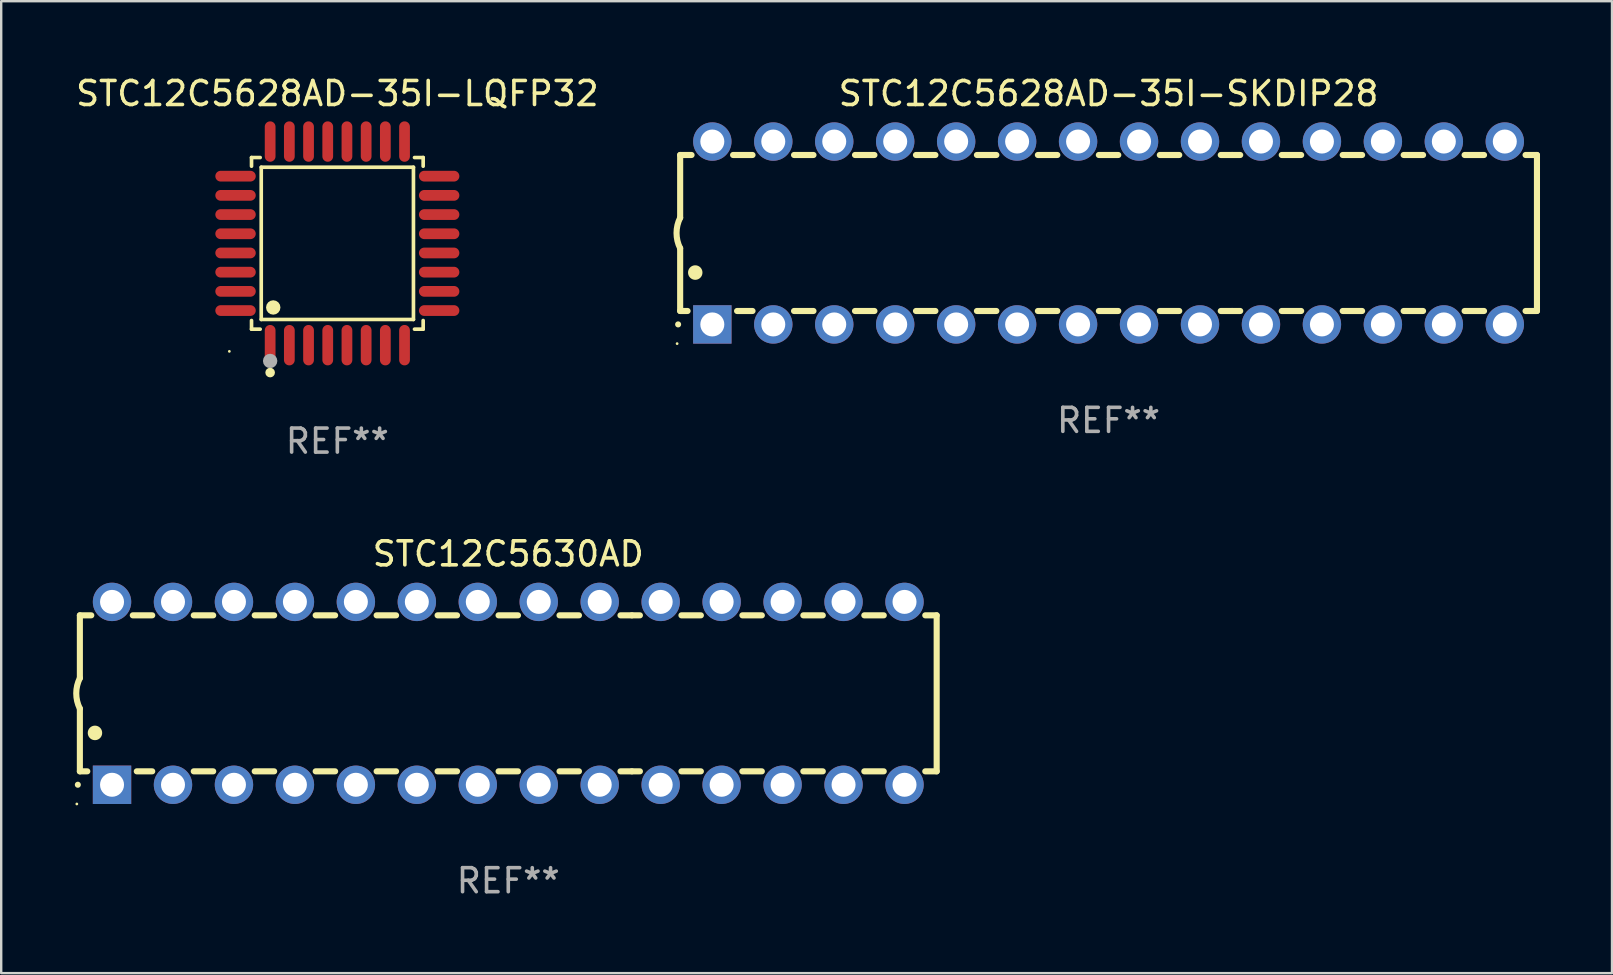
<source format=kicad_pcb>
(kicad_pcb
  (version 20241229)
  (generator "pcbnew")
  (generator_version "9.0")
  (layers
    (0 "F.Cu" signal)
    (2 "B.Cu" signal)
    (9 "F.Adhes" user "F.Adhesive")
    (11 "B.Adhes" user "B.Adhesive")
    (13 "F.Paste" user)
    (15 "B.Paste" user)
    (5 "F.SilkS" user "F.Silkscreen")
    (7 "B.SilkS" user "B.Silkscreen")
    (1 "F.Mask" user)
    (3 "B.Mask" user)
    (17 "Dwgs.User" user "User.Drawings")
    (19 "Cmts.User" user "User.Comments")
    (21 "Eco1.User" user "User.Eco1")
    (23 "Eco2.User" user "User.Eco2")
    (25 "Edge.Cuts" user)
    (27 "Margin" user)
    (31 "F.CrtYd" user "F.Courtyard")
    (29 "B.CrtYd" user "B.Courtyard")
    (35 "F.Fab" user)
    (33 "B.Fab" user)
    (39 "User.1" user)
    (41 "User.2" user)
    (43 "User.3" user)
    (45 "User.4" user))
  (footprint "STC12C5628AD-35I-LQFP32"
    (layer "F.Cu")
    (at 11.006 7.09)
    (property "Reference" "STC12C5628AD-35I-LQFP32" (at 0 -6.242 0) (layer "F.SilkS") (effects (font (size 1 1) (thickness 0.15))))
    (attr through_hole)
    (fp_line (start -3.576 -3.576) (end -3.215 -3.576) (stroke (width 0.152) (type solid)) (layer "F.SilkS"))
    (fp_line (start -3.576 -3.215) (end -3.576 -3.576) (stroke (width 0.152) (type solid)) (layer "F.SilkS"))
    (fp_line (start -3.576 3.215) (end -3.576 3.576) (stroke (width 0.152) (type solid)) (layer "F.SilkS"))
    (fp_line (start -3.576 3.576) (end -3.215 3.576) (stroke (width 0.152) (type solid)) (layer "F.SilkS"))
    (fp_line (start -3.171 -3.171) (end 3.171 -3.171) (stroke (width 0.152) (type solid)) (layer "F.SilkS"))
    (fp_line (start -3.171 3.171) (end -3.171 -3.171) (stroke (width 0.152) (type solid)) (layer "F.SilkS"))
    (fp_line (start 3.171 -3.171) (end 3.171 3.171) (stroke (width 0.152) (type solid)) (layer "F.SilkS"))
    (fp_line (start 3.171 3.171) (end -3.171 3.171) (stroke (width 0.152) (type solid)) (layer "F.SilkS"))
    (fp_line (start 3.576 -3.576) (end 3.215 -3.576) (stroke (width 0.152) (type solid)) (layer "F.SilkS"))
    (fp_line (start 3.576 -3.215) (end 3.576 -3.576) (stroke (width 0.152) (type solid)) (layer "F.SilkS"))
    (fp_line (start 3.576 3.215) (end 3.576 3.576) (stroke (width 0.152) (type solid)) (layer "F.SilkS"))
    (fp_line (start 3.576 3.576) (end 3.215 3.576) (stroke (width 0.152) (type solid)) (layer "F.SilkS"))
    (fp_circle (center -4.5 4.5) (end -4.47 4.5) (stroke (width 0.06) (type solid)) (fill no) (layer "F.SilkS"))
    (fp_circle (center -2.8 5.384) (end -2.7 5.384) (stroke (width 0.2) (type solid)) (fill no) (layer "F.SilkS"))
    (fp_circle (center -2.671 2.671) (end -2.521 2.671) (stroke (width 0.3) (type solid)) (fill no) (layer "F.SilkS"))
    (fp_circle (center -2.8 4.9) (end -2.65 4.9) (stroke (width 0.3) (type solid)) (fill no) (layer "F.Fab"))
    (fp_text user "REF**" (at 0 8.242 0) (layer "F.Fab") (effects (font (size 1 1) (thickness 0.15))))
    (pad "1" smd oval (at -2.8 4.242) (size 0.448 1.684) (layers "F.Cu" "F.Mask" "F.Paste"))
    (pad "2" smd oval (at -2 4.242) (size 0.448 1.684) (layers "F.Cu" "F.Mask" "F.Paste"))
    (pad "3" smd oval (at -1.2 4.242) (size 0.448 1.684) (layers "F.Cu" "F.Mask" "F.Paste"))
    (pad "4" smd oval (at -0.4 4.242) (size 0.448 1.684) (layers "F.Cu" "F.Mask" "F.Paste"))
    (pad "5" smd oval (at 0.4 4.242) (size 0.448 1.684) (layers "F.Cu" "F.Mask" "F.Paste"))
    (pad "6" smd oval (at 1.2 4.242) (size 0.448 1.684) (layers "F.Cu" "F.Mask" "F.Paste"))
    (pad "7" smd oval (at 2 4.242) (size 0.448 1.684) (layers "F.Cu" "F.Mask" "F.Paste"))
    (pad "8" smd oval (at 2.8 4.242) (size 0.448 1.684) (layers "F.Cu" "F.Mask" "F.Paste"))
    (pad "9" smd oval (at 4.242 2.8) (size 1.684 0.448) (layers "F.Cu" "F.Mask" "F.Paste"))
    (pad "10" smd oval (at 4.242 2) (size 1.684 0.448) (layers "F.Cu" "F.Mask" "F.Paste"))
    (pad "11" smd oval (at 4.242 1.2) (size 1.684 0.448) (layers "F.Cu" "F.Mask" "F.Paste"))
    (pad "12" smd oval (at 4.242 0.4) (size 1.684 0.448) (layers "F.Cu" "F.Mask" "F.Paste"))
    (pad "13" smd oval (at 4.242 -0.4) (size 1.684 0.448) (layers "F.Cu" "F.Mask" "F.Paste"))
    (pad "14" smd oval (at 4.242 -1.2) (size 1.684 0.448) (layers "F.Cu" "F.Mask" "F.Paste"))
    (pad "15" smd oval (at 4.242 -2) (size 1.684 0.448) (layers "F.Cu" "F.Mask" "F.Paste"))
    (pad "16" smd oval (at 4.242 -2.8) (size 1.684 0.448) (layers "F.Cu" "F.Mask" "F.Paste"))
    (pad "17" smd oval (at 2.8 -4.242) (size 0.448 1.684) (layers "F.Cu" "F.Mask" "F.Paste"))
    (pad "18" smd oval (at 2 -4.242) (size 0.448 1.684) (layers "F.Cu" "F.Mask" "F.Paste"))
    (pad "19" smd oval (at 1.2 -4.242) (size 0.448 1.684) (layers "F.Cu" "F.Mask" "F.Paste"))
    (pad "20" smd oval (at 0.4 -4.242) (size 0.448 1.684) (layers "F.Cu" "F.Mask" "F.Paste"))
    (pad "21" smd oval (at -0.4 -4.242) (size 0.448 1.684) (layers "F.Cu" "F.Mask" "F.Paste"))
    (pad "22" smd oval (at -1.2 -4.242) (size 0.448 1.684) (layers "F.Cu" "F.Mask" "F.Paste"))
    (pad "23" smd oval (at -2 -4.242) (size 0.448 1.684) (layers "F.Cu" "F.Mask" "F.Paste"))
    (pad "24" smd oval (at -2.8 -4.242) (size 0.448 1.684) (layers "F.Cu" "F.Mask" "F.Paste"))
    (pad "25" smd oval (at -4.242 -2.8) (size 1.684 0.448) (layers "F.Cu" "F.Mask" "F.Paste"))
    (pad "26" smd oval (at -4.242 -2) (size 1.684 0.448) (layers "F.Cu" "F.Mask" "F.Paste"))
    (pad "27" smd oval (at -4.242 -1.2) (size 1.684 0.448) (layers "F.Cu" "F.Mask" "F.Paste"))
    (pad "28" smd oval (at -4.242 -0.4) (size 1.684 0.448) (layers "F.Cu" "F.Mask" "F.Paste"))
    (pad "29" smd oval (at -4.242 0.4) (size 1.684 0.448) (layers "F.Cu" "F.Mask" "F.Paste"))
    (pad "30" smd oval (at -4.242 1.2) (size 1.684 0.448) (layers "F.Cu" "F.Mask" "F.Paste"))
    (pad "31" smd oval (at -4.242 2) (size 1.684 0.448) (layers "F.Cu" "F.Mask" "F.Paste"))
    (pad "32" smd oval (at -4.242 2.8) (size 1.684 0.448) (layers "F.Cu" "F.Mask" "F.Paste")))
  (footprint "STC12C5630AD"
    (layer "F.Cu")
    (at 18.128 25.839)
    (property "Reference" "STC12C5630AD" (at 0 -5.81 0) (layer "F.SilkS") (effects (font (size 1 1) (thickness 0.15))))
    (attr through_hole)
    (fp_line (start -17.85 -3.25) (end -17.85 -0.635) (stroke (width 0.254) (type solid)) (layer "F.SilkS"))
    (fp_line (start -17.85 3.25) (end -17.85 0.635) (stroke (width 0.254) (type solid)) (layer "F.SilkS"))
    (fp_line (start -17.85 3.25) (end -17.541 3.25) (stroke (width 0.254) (type solid)) (layer "F.SilkS"))
    (fp_line (start -17.375 -3.25) (end -17.85 -3.25) (stroke (width 0.254) (type solid)) (layer "F.SilkS"))
    (fp_line (start -15.479 3.25) (end -14.835 3.25) (stroke (width 0.254) (type solid)) (layer "F.SilkS"))
    (fp_line (start -14.835 -3.25) (end -15.645 -3.25) (stroke (width 0.254) (type solid)) (layer "F.SilkS"))
    (fp_line (start -13.105 3.25) (end -12.295 3.25) (stroke (width 0.254) (type solid)) (layer "F.SilkS"))
    (fp_line (start -12.295 -3.25) (end -13.105 -3.25) (stroke (width 0.254) (type solid)) (layer "F.SilkS"))
    (fp_line (start -10.565 3.25) (end -9.755 3.25) (stroke (width 0.254) (type solid)) (layer "F.SilkS"))
    (fp_line (start -9.755 -3.25) (end -10.565 -3.25) (stroke (width 0.254) (type solid)) (layer "F.SilkS"))
    (fp_line (start -8.025 3.25) (end -7.215 3.25) (stroke (width 0.254) (type solid)) (layer "F.SilkS"))
    (fp_line (start -7.215 -3.25) (end -8.025 -3.25) (stroke (width 0.254) (type solid)) (layer "F.SilkS"))
    (fp_line (start -5.485 3.25) (end -4.675 3.25) (stroke (width 0.254) (type solid)) (layer "F.SilkS"))
    (fp_line (start -4.675 -3.25) (end -5.485 -3.25) (stroke (width 0.254) (type solid)) (layer "F.SilkS"))
    (fp_line (start -2.945 3.25) (end -2.135 3.25) (stroke (width 0.254) (type solid)) (layer "F.SilkS"))
    (fp_line (start -2.135 -3.25) (end -2.945 -3.25) (stroke (width 0.254) (type solid)) (layer "F.SilkS"))
    (fp_line (start -0.405 3.25) (end 0.405 3.25) (stroke (width 0.254) (type solid)) (layer "F.SilkS"))
    (fp_line (start 0.405 -3.25) (end -0.405 -3.25) (stroke (width 0.254) (type solid)) (layer "F.SilkS"))
    (fp_line (start 2.135 3.25) (end 2.945 3.25) (stroke (width 0.254) (type solid)) (layer "F.SilkS"))
    (fp_line (start 2.945 -3.25) (end 2.135 -3.25) (stroke (width 0.254) (type solid)) (layer "F.SilkS"))
    (fp_line (start 4.675 3.25) (end 5.15 3.25) (stroke (width 0.254) (type solid)) (layer "F.SilkS"))
    (fp_line (start 5.15 -3.25) (end 4.675 -3.25) (stroke (width 0.254) (type solid)) (layer "F.SilkS"))
    (fp_line (start 5.15 -3.25) (end 5.485 -3.25) (stroke (width 0.254) (type solid)) (layer "F.SilkS"))
    (fp_line (start 5.15 3.25) (end 5.485 3.25) (stroke (width 0.254) (type solid)) (layer "F.SilkS"))
    (fp_line (start 7.215 -3.25) (end 8.025 -3.25) (stroke (width 0.254) (type solid)) (layer "F.SilkS"))
    (fp_line (start 7.215 3.25) (end 8.025 3.25) (stroke (width 0.254) (type solid)) (layer "F.SilkS"))
    (fp_line (start 9.755 -3.25) (end 10.565 -3.25) (stroke (width 0.254) (type solid)) (layer "F.SilkS"))
    (fp_line (start 9.755 3.25) (end 10.565 3.25) (stroke (width 0.254) (type solid)) (layer "F.SilkS"))
    (fp_line (start 12.295 -3.25) (end 13.105 -3.25) (stroke (width 0.254) (type solid)) (layer "F.SilkS"))
    (fp_line (start 12.295 3.25) (end 13.105 3.25) (stroke (width 0.254) (type solid)) (layer "F.SilkS"))
    (fp_line (start 14.835 -3.25) (end 15.645 -3.25) (stroke (width 0.254) (type solid)) (layer "F.SilkS"))
    (fp_line (start 14.835 3.25) (end 15.645 3.25) (stroke (width 0.254) (type solid)) (layer "F.SilkS"))
    (fp_line (start 17.375 -3.25) (end 17.85 -3.25) (stroke (width 0.254) (type solid)) (layer "F.SilkS"))
    (fp_line (start 17.375 3.25) (end 17.85 3.25) (stroke (width 0.254) (type solid)) (layer "F.SilkS"))
    (fp_line (start 17.85 -3.25) (end 17.85 3.25) (stroke (width 0.254) (type solid)) (layer "F.SilkS"))
    (fp_arc (start -17.934976 3.810008) (mid -17.934983 3.808738) (end -17.934976 3.807468) (stroke (width 0.25) (type solid)) (layer "F.SilkS"))
    (fp_arc (start -17.851155 0.635002) (mid -18.000677 -0.000132) (end -17.850038 -0.635001) (stroke (width 0.254001) (type solid)) (layer "F.SilkS"))
    (fp_arc (start -17.221234 1.651003) (mid -17.221245 1.648463) (end -17.221234 1.645923) (stroke (width 0.6) (type solid)) (layer "F.SilkS"))
    (fp_circle (center -17.977 4.61) (end -17.947 4.61) (stroke (width 0.06) (type solid)) (fill no) (layer "F.SilkS"))
    (fp_text user "REF**" (at 0 7.81 0) (layer "F.Fab") (effects (font (size 1 1) (thickness 0.15))))
    (pad "1" thru_hole rect (at -16.51 3.81 90) (size 1.6 1.6) (drill 1) (layers "*.Cu" "*.Mask"))
    (pad "2" thru_hole circle (at -13.97 3.81 90) (size 1.6 1.6) (drill 1) (layers "*.Cu" "*.Mask"))
    (pad "3" thru_hole circle (at -11.43 3.81 90) (size 1.6 1.6) (drill 1) (layers "*.Cu" "*.Mask"))
    (pad "4" thru_hole circle (at -8.89 3.81 90) (size 1.6 1.6) (drill 1) (layers "*.Cu" "*.Mask"))
    (pad "5" thru_hole circle (at -6.35 3.81 90) (size 1.6 1.6) (drill 1) (layers "*.Cu" "*.Mask"))
    (pad "6" thru_hole circle (at -3.81 3.81 90) (size 1.6 1.6) (drill 1) (layers "*.Cu" "*.Mask"))
    (pad "7" thru_hole circle (at -1.27 3.81 90) (size 1.6 1.6) (drill 1) (layers "*.Cu" "*.Mask"))
    (pad "8" thru_hole circle (at 1.27 3.81 90) (size 1.6 1.6) (drill 1) (layers "*.Cu" "*.Mask"))
    (pad "9" thru_hole circle (at 3.81 3.81 90) (size 1.6 1.6) (drill 1) (layers "*.Cu" "*.Mask"))
    (pad "10" thru_hole circle (at 6.35 3.81 90) (size 1.6 1.6) (drill 1) (layers "*.Cu" "*.Mask"))
    (pad "11" thru_hole circle (at 8.89 3.81 90) (size 1.6 1.6) (drill 1) (layers "*.Cu" "*.Mask"))
    (pad "12" thru_hole circle (at 11.43 3.81 90) (size 1.6 1.6) (drill 1) (layers "*.Cu" "*.Mask"))
    (pad "13" thru_hole circle (at 13.97 3.81 90) (size 1.6 1.6) (drill 1) (layers "*.Cu" "*.Mask"))
    (pad "14" thru_hole circle (at 16.51 3.81 90) (size 1.6 1.6) (drill 1) (layers "*.Cu" "*.Mask"))
    (pad "15" thru_hole circle (at 16.51 -3.81 90) (size 1.6 1.6) (drill 1) (layers "*.Cu" "*.Mask"))
    (pad "16" thru_hole circle (at 13.97 -3.81 90) (size 1.6 1.6) (drill 1) (layers "*.Cu" "*.Mask"))
    (pad "17" thru_hole circle (at 11.43 -3.81 90) (size 1.6 1.6) (drill 1) (layers "*.Cu" "*.Mask"))
    (pad "18" thru_hole circle (at 8.89 -3.81 90) (size 1.6 1.6) (drill 1) (layers "*.Cu" "*.Mask"))
    (pad "19" thru_hole circle (at 6.35 -3.81 90) (size 1.6 1.6) (drill 1) (layers "*.Cu" "*.Mask"))
    (pad "20" thru_hole circle (at 3.81 -3.81 90) (size 1.6 1.6) (drill 1) (layers "*.Cu" "*.Mask"))
    (pad "21" thru_hole circle (at 1.27 -3.81 90) (size 1.6 1.6) (drill 1) (layers "*.Cu" "*.Mask"))
    (pad "22" thru_hole circle (at -1.27 -3.81 90) (size 1.6 1.6) (drill 1) (layers "*.Cu" "*.Mask"))
    (pad "23" thru_hole circle (at -3.81 -3.81 90) (size 1.6 1.6) (drill 1) (layers "*.Cu" "*.Mask"))
    (pad "24" thru_hole circle (at -6.35 -3.81 90) (size 1.6 1.6) (drill 1) (layers "*.Cu" "*.Mask"))
    (pad "25" thru_hole circle (at -8.89 -3.81 90) (size 1.6 1.6) (drill 1) (layers "*.Cu" "*.Mask"))
    (pad "26" thru_hole circle (at -11.43 -3.81 90) (size 1.6 1.6) (drill 1) (layers "*.Cu" "*.Mask"))
    (pad "27" thru_hole circle (at -13.97 -3.81 90) (size 1.6 1.6) (drill 1) (layers "*.Cu" "*.Mask"))
    (pad "28" thru_hole circle (at -16.51 -3.81 90) (size 1.6 1.6) (drill 1) (layers "*.Cu" "*.Mask")))
  (footprint "STC12C5628AD-35I-SKDIP28"
    (layer "F.Cu")
    (at 43.14 6.658)
    (property "Reference" "STC12C5628AD-35I-SKDIP28" (at 0 -5.81 0) (layer "F.SilkS") (effects (font (size 1 1) (thickness 0.15))))
    (attr through_hole)
    (fp_line (start -17.85 -3.25) (end -17.85 -0.635) (stroke (width 0.254) (type solid)) (layer "F.SilkS"))
    (fp_line (start -17.85 3.25) (end -17.85 0.635) (stroke (width 0.254) (type solid)) (layer "F.SilkS"))
    (fp_line (start -17.85 3.25) (end -17.541 3.25) (stroke (width 0.254) (type solid)) (layer "F.SilkS"))
    (fp_line (start -17.375 -3.25) (end -17.85 -3.25) (stroke (width 0.254) (type solid)) (layer "F.SilkS"))
    (fp_line (start -15.479 3.25) (end -14.835 3.25) (stroke (width 0.254) (type solid)) (layer "F.SilkS"))
    (fp_line (start -14.835 -3.25) (end -15.645 -3.25) (stroke (width 0.254) (type solid)) (layer "F.SilkS"))
    (fp_line (start -13.105 3.25) (end -12.295 3.25) (stroke (width 0.254) (type solid)) (layer "F.SilkS"))
    (fp_line (start -12.295 -3.25) (end -13.105 -3.25) (stroke (width 0.254) (type solid)) (layer "F.SilkS"))
    (fp_line (start -10.565 3.25) (end -9.755 3.25) (stroke (width 0.254) (type solid)) (layer "F.SilkS"))
    (fp_line (start -9.755 -3.25) (end -10.565 -3.25) (stroke (width 0.254) (type solid)) (layer "F.SilkS"))
    (fp_line (start -8.025 3.25) (end -7.215 3.25) (stroke (width 0.254) (type solid)) (layer "F.SilkS"))
    (fp_line (start -7.215 -3.25) (end -8.025 -3.25) (stroke (width 0.254) (type solid)) (layer "F.SilkS"))
    (fp_line (start -5.485 3.25) (end -4.675 3.25) (stroke (width 0.254) (type solid)) (layer "F.SilkS"))
    (fp_line (start -4.675 -3.25) (end -5.485 -3.25) (stroke (width 0.254) (type solid)) (layer "F.SilkS"))
    (fp_line (start -2.945 3.25) (end -2.135 3.25) (stroke (width 0.254) (type solid)) (layer "F.SilkS"))
    (fp_line (start -2.135 -3.25) (end -2.945 -3.25) (stroke (width 0.254) (type solid)) (layer "F.SilkS"))
    (fp_line (start -0.405 3.25) (end 0.405 3.25) (stroke (width 0.254) (type solid)) (layer "F.SilkS"))
    (fp_line (start 0.405 -3.25) (end -0.405 -3.25) (stroke (width 0.254) (type solid)) (layer "F.SilkS"))
    (fp_line (start 2.135 3.25) (end 2.945 3.25) (stroke (width 0.254) (type solid)) (layer "F.SilkS"))
    (fp_line (start 2.945 -3.25) (end 2.135 -3.25) (stroke (width 0.254) (type solid)) (layer "F.SilkS"))
    (fp_line (start 4.675 3.25) (end 5.15 3.25) (stroke (width 0.254) (type solid)) (layer "F.SilkS"))
    (fp_line (start 5.15 -3.25) (end 4.675 -3.25) (stroke (width 0.254) (type solid)) (layer "F.SilkS"))
    (fp_line (start 5.15 -3.25) (end 5.485 -3.25) (stroke (width 0.254) (type solid)) (layer "F.SilkS"))
    (fp_line (start 5.15 3.25) (end 5.485 3.25) (stroke (width 0.254) (type solid)) (layer "F.SilkS"))
    (fp_line (start 7.215 -3.25) (end 8.025 -3.25) (stroke (width 0.254) (type solid)) (layer "F.SilkS"))
    (fp_line (start 7.215 3.25) (end 8.025 3.25) (stroke (width 0.254) (type solid)) (layer "F.SilkS"))
    (fp_line (start 9.755 -3.25) (end 10.565 -3.25) (stroke (width 0.254) (type solid)) (layer "F.SilkS"))
    (fp_line (start 9.755 3.25) (end 10.565 3.25) (stroke (width 0.254) (type solid)) (layer "F.SilkS"))
    (fp_line (start 12.295 -3.25) (end 13.105 -3.25) (stroke (width 0.254) (type solid)) (layer "F.SilkS"))
    (fp_line (start 12.295 3.25) (end 13.105 3.25) (stroke (width 0.254) (type solid)) (layer "F.SilkS"))
    (fp_line (start 14.835 -3.25) (end 15.645 -3.25) (stroke (width 0.254) (type solid)) (layer "F.SilkS"))
    (fp_line (start 14.835 3.25) (end 15.645 3.25) (stroke (width 0.254) (type solid)) (layer "F.SilkS"))
    (fp_line (start 17.375 -3.25) (end 17.85 -3.25) (stroke (width 0.254) (type solid)) (layer "F.SilkS"))
    (fp_line (start 17.375 3.25) (end 17.85 3.25) (stroke (width 0.254) (type solid)) (layer "F.SilkS"))
    (fp_line (start 17.85 -3.25) (end 17.85 3.25) (stroke (width 0.254) (type solid)) (layer "F.SilkS"))
    (fp_arc (start -17.934976 3.810008) (mid -17.934983 3.808738) (end -17.934976 3.807468) (stroke (width 0.25) (type solid)) (layer "F.SilkS"))
    (fp_arc (start -17.851155 0.635002) (mid -18.000677 -0.000132) (end -17.850038 -0.635001) (stroke (width 0.254001) (type solid)) (layer "F.SilkS"))
    (fp_arc (start -17.221234 1.651003) (mid -17.221245 1.648463) (end -17.221234 1.645923) (stroke (width 0.6) (type solid)) (layer "F.SilkS"))
    (fp_circle (center -17.977 4.61) (end -17.947 4.61) (stroke (width 0.06) (type solid)) (fill no) (layer "F.SilkS"))
    (fp_text user "REF**" (at 0 7.81 0) (layer "F.Fab") (effects (font (size 1 1) (thickness 0.15))))
    (pad "1" thru_hole rect (at -16.51 3.81 90) (size 1.6 1.6) (drill 1) (layers "*.Cu" "*.Mask"))
    (pad "2" thru_hole circle (at -13.97 3.81 90) (size 1.6 1.6) (drill 1) (layers "*.Cu" "*.Mask"))
    (pad "3" thru_hole circle (at -11.43 3.81 90) (size 1.6 1.6) (drill 1) (layers "*.Cu" "*.Mask"))
    (pad "4" thru_hole circle (at -8.89 3.81 90) (size 1.6 1.6) (drill 1) (layers "*.Cu" "*.Mask"))
    (pad "5" thru_hole circle (at -6.35 3.81 90) (size 1.6 1.6) (drill 1) (layers "*.Cu" "*.Mask"))
    (pad "6" thru_hole circle (at -3.81 3.81 90) (size 1.6 1.6) (drill 1) (layers "*.Cu" "*.Mask"))
    (pad "7" thru_hole circle (at -1.27 3.81 90) (size 1.6 1.6) (drill 1) (layers "*.Cu" "*.Mask"))
    (pad "8" thru_hole circle (at 1.27 3.81 90) (size 1.6 1.6) (drill 1) (layers "*.Cu" "*.Mask"))
    (pad "9" thru_hole circle (at 3.81 3.81 90) (size 1.6 1.6) (drill 1) (layers "*.Cu" "*.Mask"))
    (pad "10" thru_hole circle (at 6.35 3.81 90) (size 1.6 1.6) (drill 1) (layers "*.Cu" "*.Mask"))
    (pad "11" thru_hole circle (at 8.89 3.81 90) (size 1.6 1.6) (drill 1) (layers "*.Cu" "*.Mask"))
    (pad "12" thru_hole circle (at 11.43 3.81 90) (size 1.6 1.6) (drill 1) (layers "*.Cu" "*.Mask"))
    (pad "13" thru_hole circle (at 13.97 3.81 90) (size 1.6 1.6) (drill 1) (layers "*.Cu" "*.Mask"))
    (pad "14" thru_hole circle (at 16.51 3.81 90) (size 1.6 1.6) (drill 1) (layers "*.Cu" "*.Mask"))
    (pad "15" thru_hole circle (at 16.51 -3.81 90) (size 1.6 1.6) (drill 1) (layers "*.Cu" "*.Mask"))
    (pad "16" thru_hole circle (at 13.97 -3.81 90) (size 1.6 1.6) (drill 1) (layers "*.Cu" "*.Mask"))
    (pad "17" thru_hole circle (at 11.43 -3.81 90) (size 1.6 1.6) (drill 1) (layers "*.Cu" "*.Mask"))
    (pad "18" thru_hole circle (at 8.89 -3.81 90) (size 1.6 1.6) (drill 1) (layers "*.Cu" "*.Mask"))
    (pad "19" thru_hole circle (at 6.35 -3.81 90) (size 1.6 1.6) (drill 1) (layers "*.Cu" "*.Mask"))
    (pad "20" thru_hole circle (at 3.81 -3.81 90) (size 1.6 1.6) (drill 1) (layers "*.Cu" "*.Mask"))
    (pad "21" thru_hole circle (at 1.27 -3.81 90) (size 1.6 1.6) (drill 1) (layers "*.Cu" "*.Mask"))
    (pad "22" thru_hole circle (at -1.27 -3.81 90) (size 1.6 1.6) (drill 1) (layers "*.Cu" "*.Mask"))
    (pad "23" thru_hole circle (at -3.81 -3.81 90) (size 1.6 1.6) (drill 1) (layers "*.Cu" "*.Mask"))
    (pad "24" thru_hole circle (at -6.35 -3.81 90) (size 1.6 1.6) (drill 1) (layers "*.Cu" "*.Mask"))
    (pad "25" thru_hole circle (at -8.89 -3.81 90) (size 1.6 1.6) (drill 1) (layers "*.Cu" "*.Mask"))
    (pad "26" thru_hole circle (at -11.43 -3.81 90) (size 1.6 1.6) (drill 1) (layers "*.Cu" "*.Mask"))
    (pad "27" thru_hole circle (at -13.97 -3.81 90) (size 1.6 1.6) (drill 1) (layers "*.Cu" "*.Mask"))
    (pad "28" thru_hole circle (at -16.51 -3.81 90) (size 1.6 1.6) (drill 1) (layers "*.Cu" "*.Mask")))
  (gr_rect
    (start -3 -3)
    (end 64.117 37.497)
    (stroke (width 0.1) (type default))
    (fill no)
    (layer "Edge.Cuts")))
</source>
